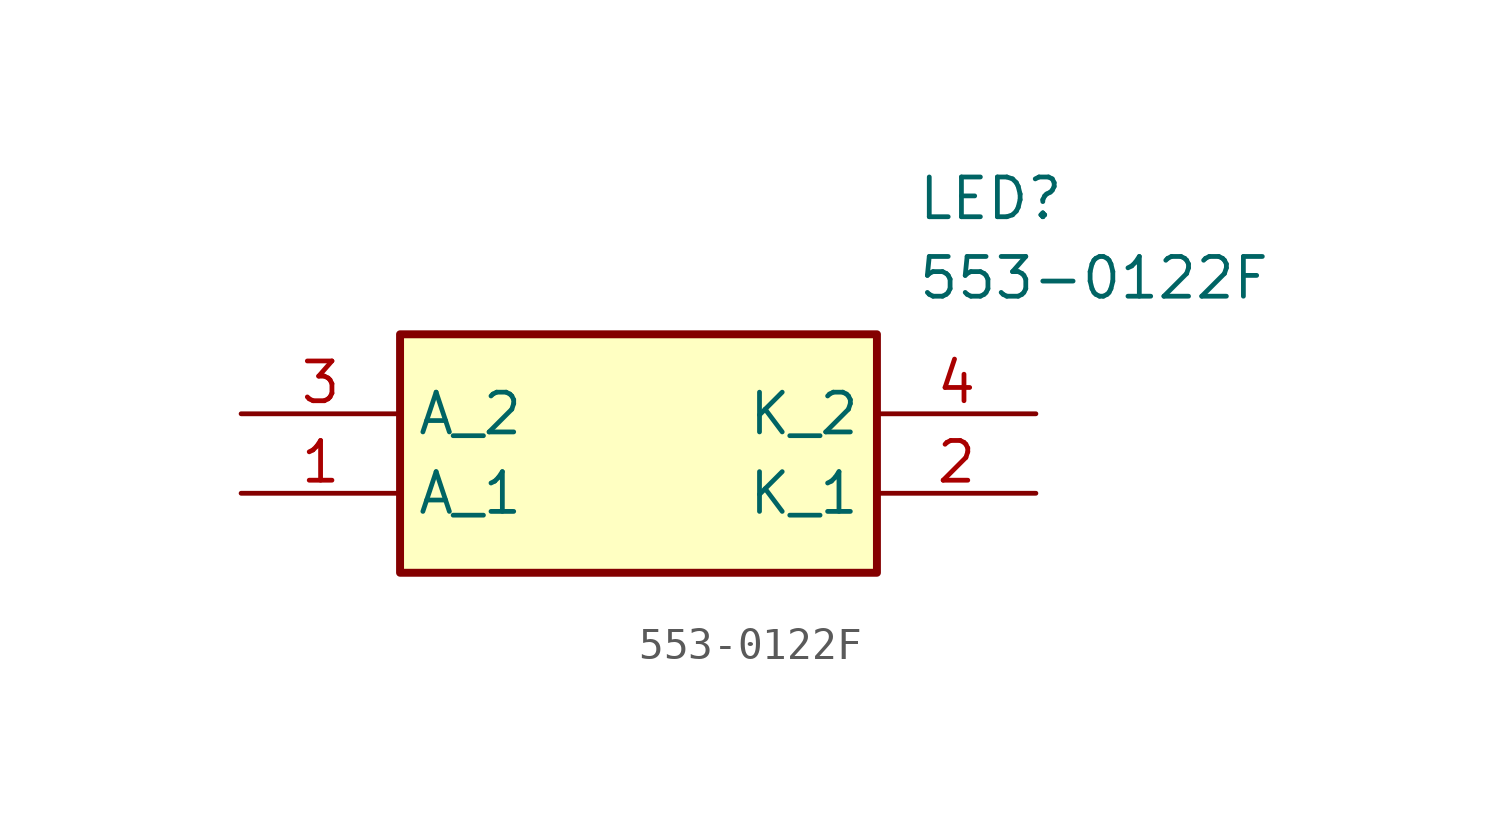
<source format=kicad_sym>
(kicad_symbol_lib
  (version 20211014)
  (generator SamacSys_ECAD_Model)
  (symbol "553-0122F"
    (property "Reference" "LED"
      (at 21.59 7.62 0)
      (effects (font (size 1.27 1.27)) (justify left top)))
    (property "Value" "553-0122F"
      (at 21.59 5.08 0)
      (effects (font (size 1.27 1.27)) (justify left top)))
    (rectangle
      (start 5.08 2.54)
      (end 20.32 -5.08)
      (stroke (width 0.254) (type default))
      (fill (type background)))
    (pin passive line
      (at 0 -2.54 0)
      (length 5.08)
      (name "A_1" (effects (font (size 1.27 1.27))))
      (number "1" (effects (font (size 1.27 1.27)))))
    (pin passive line
      (at 25.4 -2.54 180)
      (length 5.08)
      (name "K_1" (effects (font (size 1.27 1.27))))
      (number "2" (effects (font (size 1.27 1.27)))))
    (pin passive line
      (at 0 0 0)
      (length 5.08)
      (name "A_2" (effects (font (size 1.27 1.27))))
      (number "3" (effects (font (size 1.27 1.27)))))
    (pin passive line
      (at 25.4 0 180)
      (length 5.08)
      (name "K_2" (effects (font (size 1.27 1.27))))
      (number "4" (effects (font (size 1.27 1.27)))))))
</source>
